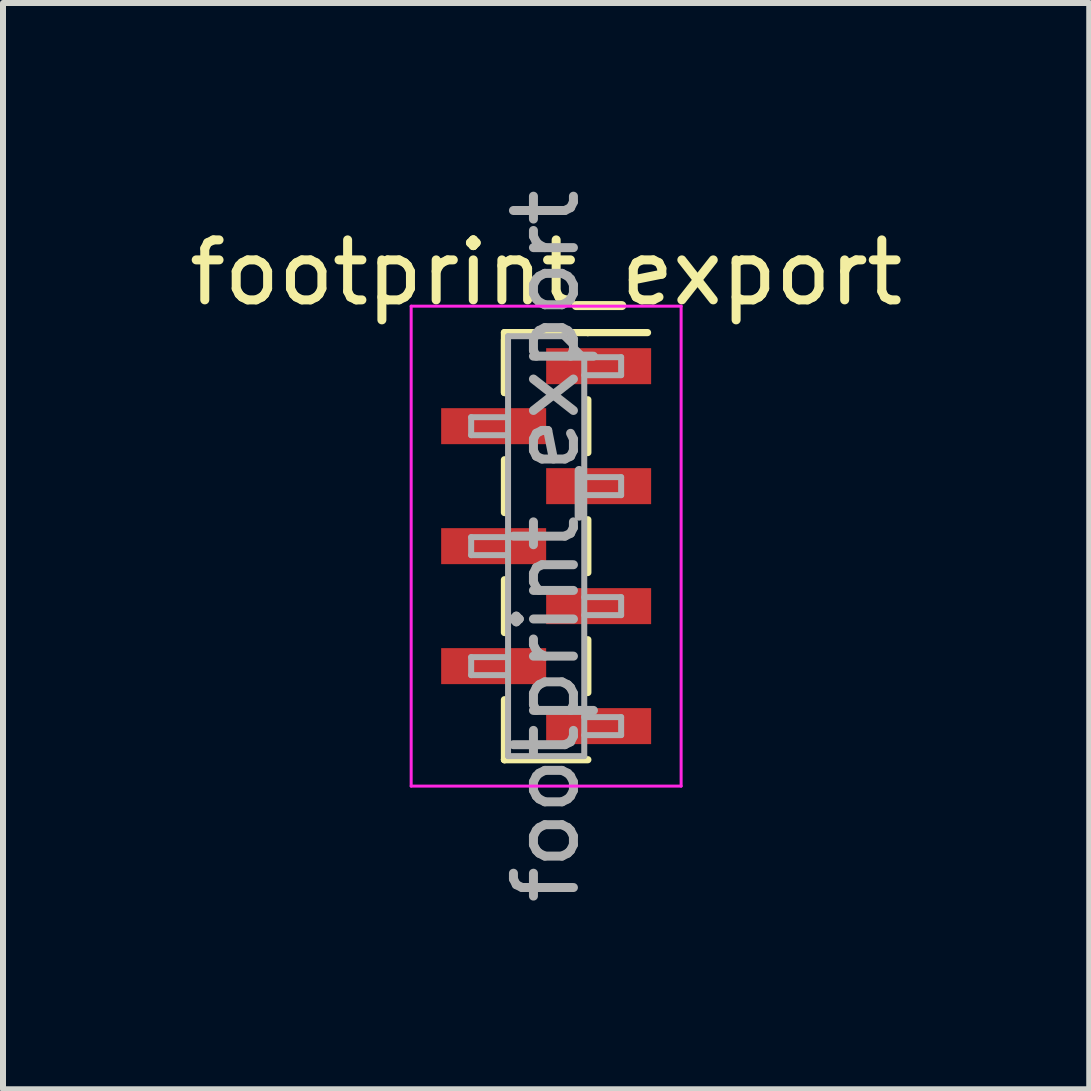
<source format=kicad_pcb>
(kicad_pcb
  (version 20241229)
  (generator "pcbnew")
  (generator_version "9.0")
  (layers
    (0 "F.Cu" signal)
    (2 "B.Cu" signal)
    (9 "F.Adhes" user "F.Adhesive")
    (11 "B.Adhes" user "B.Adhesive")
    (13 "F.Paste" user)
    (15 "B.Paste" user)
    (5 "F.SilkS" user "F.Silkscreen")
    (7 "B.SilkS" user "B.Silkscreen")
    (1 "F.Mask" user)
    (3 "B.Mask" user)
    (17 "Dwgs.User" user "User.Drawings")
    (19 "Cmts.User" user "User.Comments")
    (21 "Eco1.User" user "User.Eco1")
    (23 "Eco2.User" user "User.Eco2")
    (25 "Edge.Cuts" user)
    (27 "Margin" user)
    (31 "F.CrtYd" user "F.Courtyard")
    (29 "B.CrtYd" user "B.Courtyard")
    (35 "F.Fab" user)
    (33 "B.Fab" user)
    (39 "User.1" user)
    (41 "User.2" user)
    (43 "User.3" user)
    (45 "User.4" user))
  (footprint "footprint_export"
    (layer "F.Cu")
    (at 6.054 6.054)
    (property "Reference" "footprint_export" (at 0 -4.56 0) (layer "F.SilkS") (effects (font (size 1 1) (thickness 0.15))))
    (attr smd)
    (fp_line (start -0.695 -3.56) (end -0.695 -2.56) (stroke (width 0.12) (type solid)) (layer "F.SilkS"))
    (fp_line (start -0.695 -3.56) (end 0.695 -3.56) (stroke (width 0.12) (type solid)) (layer "F.SilkS"))
    (fp_line (start -0.695 -3.44) (end -0.695 -2.56) (stroke (width 0.12) (type solid)) (layer "F.SilkS"))
    (fp_line (start -0.695 -1.44) (end -0.695 -0.56) (stroke (width 0.12) (type solid)) (layer "F.SilkS"))
    (fp_line (start -0.695 0.56) (end -0.695 1.44) (stroke (width 0.12) (type solid)) (layer "F.SilkS"))
    (fp_line (start -0.695 2.56) (end -0.695 3.56) (stroke (width 0.12) (type solid)) (layer "F.SilkS"))
    (fp_line (start -0.695 3.56) (end -0.695 3.56) (stroke (width 0.12) (type solid)) (layer "F.SilkS"))
    (fp_line (start -0.695 3.56) (end 0.695 3.56) (stroke (width 0.12) (type solid)) (layer "F.SilkS"))
    (fp_line (start 0.695 -3.56) (end 0.695 -3.56) (stroke (width 0.12) (type solid)) (layer "F.SilkS"))
    (fp_line (start 0.695 -3.56) (end 1.69 -3.56) (stroke (width 0.12) (type solid)) (layer "F.SilkS"))
    (fp_line (start 0.695 -2.44) (end 0.695 -1.56) (stroke (width 0.12) (type solid)) (layer "F.SilkS"))
    (fp_line (start 0.695 -0.44) (end 0.695 0.44) (stroke (width 0.12) (type solid)) (layer "F.SilkS"))
    (fp_line (start 0.695 1.56) (end 0.695 2.44) (stroke (width 0.12) (type solid)) (layer "F.SilkS"))
    (fp_line (start -2.25 -4) (end -2.25 4) (stroke (width 0.05) (type solid)) (layer "F.CrtYd"))
    (fp_line (start -2.25 4) (end 2.25 4) (stroke (width 0.05) (type solid)) (layer "F.CrtYd"))
    (fp_line (start 2.25 -4) (end -2.25 -4) (stroke (width 0.05) (type solid)) (layer "F.CrtYd"))
    (fp_line (start 2.25 4) (end 2.25 -4) (stroke (width 0.05) (type solid)) (layer "F.CrtYd"))
    (fp_line (start -1.25 -2.15) (end -1.25 -1.85) (stroke (width 0.1) (type solid)) (layer "F.Fab"))
    (fp_line (start -1.25 -1.85) (end -0.635 -1.85) (stroke (width 0.1) (type solid)) (layer "F.Fab"))
    (fp_line (start -1.25 -0.15) (end -1.25 0.15) (stroke (width 0.1) (type solid)) (layer "F.Fab"))
    (fp_line (start -1.25 0.15) (end -0.635 0.15) (stroke (width 0.1) (type solid)) (layer "F.Fab"))
    (fp_line (start -1.25 1.85) (end -1.25 2.15) (stroke (width 0.1) (type solid)) (layer "F.Fab"))
    (fp_line (start -1.25 2.15) (end -0.635 2.15) (stroke (width 0.1) (type solid)) (layer "F.Fab"))
    (fp_line (start -0.635 -3.5) (end -0.635 3.5) (stroke (width 0.1) (type solid)) (layer "F.Fab"))
    (fp_line (start -0.635 -3.5) (end 0.285 -3.5) (stroke (width 0.1) (type solid)) (layer "F.Fab"))
    (fp_line (start -0.635 -2.15) (end -1.25 -2.15) (stroke (width 0.1) (type solid)) (layer "F.Fab"))
    (fp_line (start -0.635 -0.15) (end -1.25 -0.15) (stroke (width 0.1) (type solid)) (layer "F.Fab"))
    (fp_line (start -0.635 1.85) (end -1.25 1.85) (stroke (width 0.1) (type solid)) (layer "F.Fab"))
    (fp_line (start 0.635 -3.15) (end 0.285 -3.5) (stroke (width 0.1) (type solid)) (layer "F.Fab"))
    (fp_line (start 0.635 -3.15) (end 1.25 -3.15) (stroke (width 0.1) (type solid)) (layer "F.Fab"))
    (fp_line (start 0.635 -1.15) (end 1.25 -1.15) (stroke (width 0.1) (type solid)) (layer "F.Fab"))
    (fp_line (start 0.635 0.85) (end 1.25 0.85) (stroke (width 0.1) (type solid)) (layer "F.Fab"))
    (fp_line (start 0.635 2.85) (end 1.25 2.85) (stroke (width 0.1) (type solid)) (layer "F.Fab"))
    (fp_line (start 0.635 3.5) (end -0.635 3.5) (stroke (width 0.1) (type solid)) (layer "F.Fab"))
    (fp_line (start 0.635 3.5) (end 0.635 -3.15) (stroke (width 0.1) (type solid)) (layer "F.Fab"))
    (fp_line (start 1.25 -3.15) (end 1.25 -2.85) (stroke (width 0.1) (type solid)) (layer "F.Fab"))
    (fp_line (start 1.25 -2.85) (end 0.635 -2.85) (stroke (width 0.1) (type solid)) (layer "F.Fab"))
    (fp_line (start 1.25 -1.15) (end 1.25 -0.85) (stroke (width 0.1) (type solid)) (layer "F.Fab"))
    (fp_line (start 1.25 -0.85) (end 0.635 -0.85) (stroke (width 0.1) (type solid)) (layer "F.Fab"))
    (fp_line (start 1.25 0.85) (end 1.25 1.15) (stroke (width 0.1) (type solid)) (layer "F.Fab"))
    (fp_line (start 1.25 1.15) (end 0.635 1.15) (stroke (width 0.1) (type solid)) (layer "F.Fab"))
    (fp_line (start 1.25 2.85) (end 1.25 3.15) (stroke (width 0.1) (type solid)) (layer "F.Fab"))
    (fp_line (start 1.25 3.15) (end 0.635 3.15) (stroke (width 0.1) (type solid)) (layer "F.Fab"))
    (fp_text user "${REFERENCE}" (at 0 0 90) (layer "F.Fab") (effects (font (size 1 1) (thickness 0.15))))
    (pad "1" smd rect (at 0.875 -3) (size 1.75 0.6) (layers "F.Cu" "F.Mask" "F.Paste"))
    (pad "2" smd rect (at -0.875 -2) (size 1.75 0.6) (layers "F.Cu" "F.Mask" "F.Paste"))
    (pad "3" smd rect (at 0.875 -1) (size 1.75 0.6) (layers "F.Cu" "F.Mask" "F.Paste"))
    (pad "4" smd rect (at -0.875 0) (size 1.75 0.6) (layers "F.Cu" "F.Mask" "F.Paste"))
    (pad "5" smd rect (at 0.875 1) (size 1.75 0.6) (layers "F.Cu" "F.Mask" "F.Paste"))
    (pad "6" smd rect (at -0.875 2) (size 1.75 0.6) (layers "F.Cu" "F.Mask" "F.Paste"))
    (pad "7" smd rect (at 0.875 3) (size 1.75 0.6) (layers "F.Cu" "F.Mask" "F.Paste")))
  (gr_rect
    (start -3 -3)
    (end 15.107 15.107)
    (stroke (width 0.1) (type default))
    (fill no)
    (layer "Edge.Cuts")))
</source>
